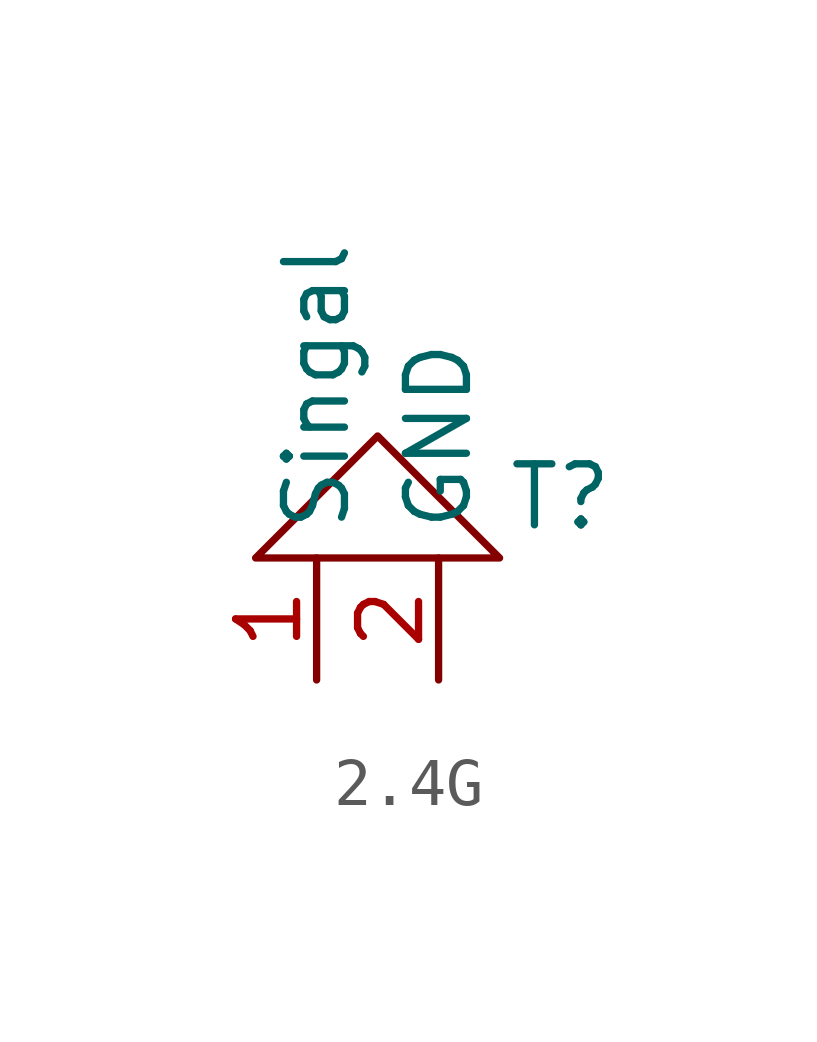
<source format=kicad_sym>
(kicad_symbol_lib
  (version 20220914)
  (generator kicad_symbol_editor)
  (symbol "2.4G"
    (property "Reference" "T"
      (at 3.81 1.27 0)
      (do_not_autoplace)
      (effects (font (size 1.27 1.27))))
    (property "Value" ""
      (at 0 0 0)
      (effects (font (size 1.27 1.27))))
    (symbol "2.4G_0_1"
      (polyline (pts (xy -2.54 0) (xy 0 2.54) (xy 2.54 0) (xy -2.54 0)) (stroke (width 0) (type default)) (fill (type none))))
    (symbol "2.4G_1_0"
      (pin unspecified line (at -1.27 -2.54 90) (length 2.54) (name "Singal" (effects (font (size 1.27 1.27)))) (number "1" (effects (font (size 1.27 1.27)))))
      (pin unspecified line (at 1.27 -2.54 90) (length 2.54) (name "GND" (effects (font (size 1.27 1.27)))) (number "2" (effects (font (size 1.27 1.27))))))))
</source>
